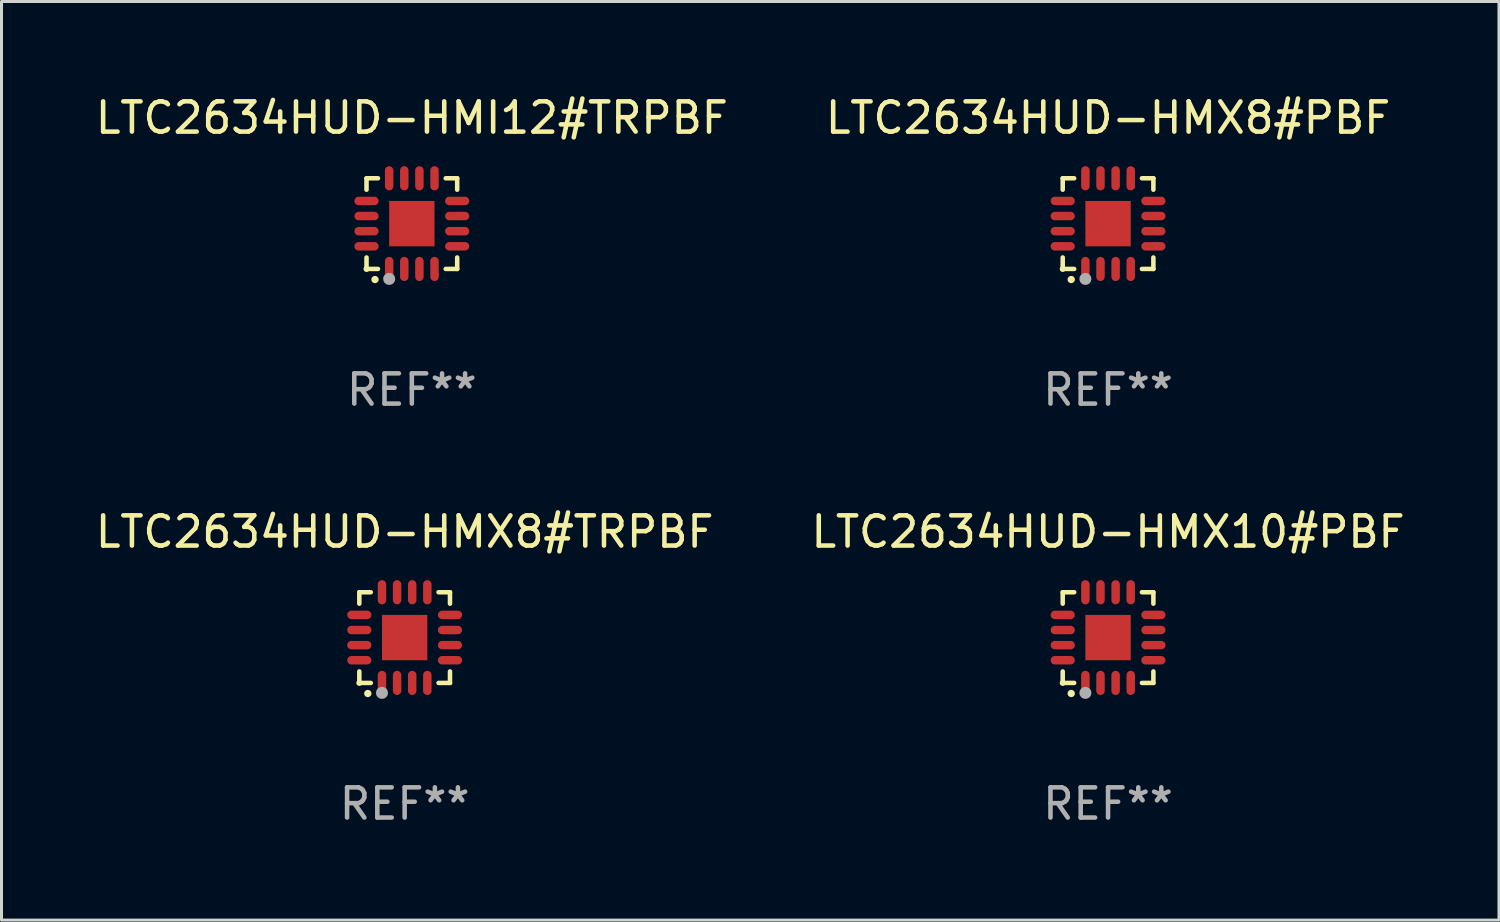
<source format=kicad_pcb>
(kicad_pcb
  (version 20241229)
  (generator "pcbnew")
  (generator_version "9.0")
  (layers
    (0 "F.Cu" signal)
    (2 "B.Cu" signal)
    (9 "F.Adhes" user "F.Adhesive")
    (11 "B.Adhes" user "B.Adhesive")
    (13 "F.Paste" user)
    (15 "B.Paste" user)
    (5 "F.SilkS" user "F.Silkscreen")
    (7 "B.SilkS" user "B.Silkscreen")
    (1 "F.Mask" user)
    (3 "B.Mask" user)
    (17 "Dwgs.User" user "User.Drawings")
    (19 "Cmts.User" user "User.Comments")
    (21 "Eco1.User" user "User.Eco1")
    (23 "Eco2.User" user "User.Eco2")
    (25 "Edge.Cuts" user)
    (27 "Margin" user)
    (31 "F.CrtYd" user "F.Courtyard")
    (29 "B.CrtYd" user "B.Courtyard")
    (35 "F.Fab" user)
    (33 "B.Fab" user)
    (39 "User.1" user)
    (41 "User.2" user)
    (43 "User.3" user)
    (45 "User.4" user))
  (footprint "LTC2634HUD-HMX8#PBF"
    (layer "F.Cu")
    (at 33.613 4.349)
    (property "Reference" "LTC2634HUD-HMX8#PBF" (at 0 -3.5 0) (layer "F.SilkS") (effects (font (size 1 1) (thickness 0.15))))
    (attr through_hole)
    (fp_line (start -1.5 -1.5) (end -1.121 -1.5) (stroke (width 0.15) (type solid)) (layer "F.SilkS"))
    (fp_line (start -1.5 -1.122) (end -1.5 -1.5) (stroke (width 0.15) (type solid)) (layer "F.SilkS"))
    (fp_line (start -1.5 1.5) (end -1.5 1.121) (stroke (width 0.15) (type solid)) (layer "F.SilkS"))
    (fp_line (start -1.121 1.5) (end -1.5 1.5) (stroke (width 0.15) (type solid)) (layer "F.SilkS"))
    (fp_line (start 1.121 -1.5) (end 1.5 -1.5) (stroke (width 0.15) (type solid)) (layer "F.SilkS"))
    (fp_line (start 1.5 -1.5) (end 1.5 -1.122) (stroke (width 0.15) (type solid)) (layer "F.SilkS"))
    (fp_line (start 1.5 1.121) (end 1.5 1.5) (stroke (width 0.15) (type solid)) (layer "F.SilkS"))
    (fp_line (start 1.5 1.5) (end 1.121 1.5) (stroke (width 0.15) (type solid)) (layer "F.SilkS"))
    (fp_arc (start -1.219926 1.850254) (mid -1.21891 1.85025) (end -1.217894 1.850254) (stroke (width 0.240005) (type solid)) (layer "F.SilkS"))
    (fp_circle (center -1.5 1.5) (end -1.45 1.5) (stroke (width 0.1) (type solid)) (fill no) (layer "F.SilkS"))
    (fp_circle (center -0.75 1.83) (end -0.65 1.83) (stroke (width 0.2) (type solid)) (fill no) (layer "F.Fab"))
    (fp_text user "REF**" (at 0 5.5 0) (layer "F.Fab") (effects (font (size 1 1) (thickness 0.15))))
    (pad "1" smd oval (at -0.75 1.5) (size 0.28 0.8) (layers "F.Cu" "F.Mask" "F.Paste"))
    (pad "2" smd oval (at -0.25 1.5) (size 0.28 0.8) (layers "F.Cu" "F.Mask" "F.Paste"))
    (pad "3" smd oval (at 0.25 1.5) (size 0.28 0.8) (layers "F.Cu" "F.Mask" "F.Paste"))
    (pad "4" smd oval (at 0.75 1.5) (size 0.28 0.8) (layers "F.Cu" "F.Mask" "F.Paste"))
    (pad "5" smd oval (at 1.5 0.75) (size 0.8 0.28) (layers "F.Cu" "F.Mask" "F.Paste"))
    (pad "6" smd oval (at 1.5 0.25) (size 0.8 0.28) (layers "F.Cu" "F.Mask" "F.Paste"))
    (pad "7" smd oval (at 1.5 -0.25) (size 0.8 0.28) (layers "F.Cu" "F.Mask" "F.Paste"))
    (pad "8" smd oval (at 1.5 -0.75) (size 0.8 0.28) (layers "F.Cu" "F.Mask" "F.Paste"))
    (pad "9" smd oval (at 0.75 -1.5) (size 0.28 0.8) (layers "F.Cu" "F.Mask" "F.Paste"))
    (pad "10" smd oval (at 0.25 -1.5) (size 0.28 0.8) (layers "F.Cu" "F.Mask" "F.Paste"))
    (pad "11" smd oval (at -0.25 -1.5) (size 0.28 0.8) (layers "F.Cu" "F.Mask" "F.Paste"))
    (pad "12" smd oval (at -0.75 -1.5) (size 0.28 0.8) (layers "F.Cu" "F.Mask" "F.Paste"))
    (pad "13" smd oval (at -1.5 -0.75) (size 0.8 0.28) (layers "F.Cu" "F.Mask" "F.Paste"))
    (pad "14" smd oval (at -1.5 -0.25) (size 0.8 0.28) (layers "F.Cu" "F.Mask" "F.Paste"))
    (pad "15" smd oval (at -1.5 0.25) (size 0.8 0.28) (layers "F.Cu" "F.Mask" "F.Paste"))
    (pad "16" smd oval (at -1.5 0.75) (size 0.8 0.28) (layers "F.Cu" "F.Mask" "F.Paste"))
    (pad "17" smd rect (at -0.000064 0.000165) (size 1.5 1.5) (layers "F.Cu" "F.Mask" "F.Paste")))
  (footprint "LTC2634HUD-HMX10#PBF"
    (layer "F.Cu")
    (at 33.613 18.046)
    (property "Reference" "LTC2634HUD-HMX10#PBF" (at 0 -3.5 0) (layer "F.SilkS") (effects (font (size 1 1) (thickness 0.15))))
    (attr through_hole)
    (fp_line (start -1.5 -1.5) (end -1.121 -1.5) (stroke (width 0.15) (type solid)) (layer "F.SilkS"))
    (fp_line (start -1.5 -1.122) (end -1.5 -1.5) (stroke (width 0.15) (type solid)) (layer "F.SilkS"))
    (fp_line (start -1.5 1.5) (end -1.5 1.121) (stroke (width 0.15) (type solid)) (layer "F.SilkS"))
    (fp_line (start -1.121 1.5) (end -1.5 1.5) (stroke (width 0.15) (type solid)) (layer "F.SilkS"))
    (fp_line (start 1.121 -1.5) (end 1.5 -1.5) (stroke (width 0.15) (type solid)) (layer "F.SilkS"))
    (fp_line (start 1.5 -1.5) (end 1.5 -1.122) (stroke (width 0.15) (type solid)) (layer "F.SilkS"))
    (fp_line (start 1.5 1.121) (end 1.5 1.5) (stroke (width 0.15) (type solid)) (layer "F.SilkS"))
    (fp_line (start 1.5 1.5) (end 1.121 1.5) (stroke (width 0.15) (type solid)) (layer "F.SilkS"))
    (fp_arc (start -1.219926 1.850254) (mid -1.21891 1.85025) (end -1.217894 1.850254) (stroke (width 0.240005) (type solid)) (layer "F.SilkS"))
    (fp_circle (center -1.5 1.5) (end -1.45 1.5) (stroke (width 0.1) (type solid)) (fill no) (layer "F.SilkS"))
    (fp_circle (center -0.75 1.83) (end -0.65 1.83) (stroke (width 0.2) (type solid)) (fill no) (layer "F.Fab"))
    (fp_text user "REF**" (at 0 5.5 0) (layer "F.Fab") (effects (font (size 1 1) (thickness 0.15))))
    (pad "1" smd oval (at -0.75 1.5) (size 0.28 0.8) (layers "F.Cu" "F.Mask" "F.Paste"))
    (pad "2" smd oval (at -0.25 1.5) (size 0.28 0.8) (layers "F.Cu" "F.Mask" "F.Paste"))
    (pad "3" smd oval (at 0.25 1.5) (size 0.28 0.8) (layers "F.Cu" "F.Mask" "F.Paste"))
    (pad "4" smd oval (at 0.75 1.5) (size 0.28 0.8) (layers "F.Cu" "F.Mask" "F.Paste"))
    (pad "5" smd oval (at 1.5 0.75) (size 0.8 0.28) (layers "F.Cu" "F.Mask" "F.Paste"))
    (pad "6" smd oval (at 1.5 0.25) (size 0.8 0.28) (layers "F.Cu" "F.Mask" "F.Paste"))
    (pad "7" smd oval (at 1.5 -0.25) (size 0.8 0.28) (layers "F.Cu" "F.Mask" "F.Paste"))
    (pad "8" smd oval (at 1.5 -0.75) (size 0.8 0.28) (layers "F.Cu" "F.Mask" "F.Paste"))
    (pad "9" smd oval (at 0.75 -1.5) (size 0.28 0.8) (layers "F.Cu" "F.Mask" "F.Paste"))
    (pad "10" smd oval (at 0.25 -1.5) (size 0.28 0.8) (layers "F.Cu" "F.Mask" "F.Paste"))
    (pad "11" smd oval (at -0.25 -1.5) (size 0.28 0.8) (layers "F.Cu" "F.Mask" "F.Paste"))
    (pad "12" smd oval (at -0.75 -1.5) (size 0.28 0.8) (layers "F.Cu" "F.Mask" "F.Paste"))
    (pad "13" smd oval (at -1.5 -0.75) (size 0.8 0.28) (layers "F.Cu" "F.Mask" "F.Paste"))
    (pad "14" smd oval (at -1.5 -0.25) (size 0.8 0.28) (layers "F.Cu" "F.Mask" "F.Paste"))
    (pad "15" smd oval (at -1.5 0.25) (size 0.8 0.28) (layers "F.Cu" "F.Mask" "F.Paste"))
    (pad "16" smd oval (at -1.5 0.75) (size 0.8 0.28) (layers "F.Cu" "F.Mask" "F.Paste"))
    (pad "17" smd rect (at -0.000064 0.000165) (size 1.5 1.5) (layers "F.Cu" "F.Mask" "F.Paste")))
  (footprint "LTC2634HUD-HMX8#TRPBF"
    (layer "F.Cu")
    (at 10.339 18.046)
    (property "Reference" "LTC2634HUD-HMX8#TRPBF" (at 0 -3.5 0) (layer "F.SilkS") (effects (font (size 1 1) (thickness 0.15))))
    (attr through_hole)
    (fp_line (start -1.5 -1.5) (end -1.121 -1.5) (stroke (width 0.15) (type solid)) (layer "F.SilkS"))
    (fp_line (start -1.5 -1.122) (end -1.5 -1.5) (stroke (width 0.15) (type solid)) (layer "F.SilkS"))
    (fp_line (start -1.5 1.5) (end -1.5 1.121) (stroke (width 0.15) (type solid)) (layer "F.SilkS"))
    (fp_line (start -1.121 1.5) (end -1.5 1.5) (stroke (width 0.15) (type solid)) (layer "F.SilkS"))
    (fp_line (start 1.121 -1.5) (end 1.5 -1.5) (stroke (width 0.15) (type solid)) (layer "F.SilkS"))
    (fp_line (start 1.5 -1.5) (end 1.5 -1.122) (stroke (width 0.15) (type solid)) (layer "F.SilkS"))
    (fp_line (start 1.5 1.121) (end 1.5 1.5) (stroke (width 0.15) (type solid)) (layer "F.SilkS"))
    (fp_line (start 1.5 1.5) (end 1.121 1.5) (stroke (width 0.15) (type solid)) (layer "F.SilkS"))
    (fp_arc (start -1.219926 1.850254) (mid -1.21891 1.85025) (end -1.217894 1.850254) (stroke (width 0.240005) (type solid)) (layer "F.SilkS"))
    (fp_circle (center -1.5 1.5) (end -1.45 1.5) (stroke (width 0.1) (type solid)) (fill no) (layer "F.SilkS"))
    (fp_circle (center -0.75 1.83) (end -0.65 1.83) (stroke (width 0.2) (type solid)) (fill no) (layer "F.Fab"))
    (fp_text user "REF**" (at 0 5.5 0) (layer "F.Fab") (effects (font (size 1 1) (thickness 0.15))))
    (pad "1" smd oval (at -0.75 1.5) (size 0.28 0.8) (layers "F.Cu" "F.Mask" "F.Paste"))
    (pad "2" smd oval (at -0.25 1.5) (size 0.28 0.8) (layers "F.Cu" "F.Mask" "F.Paste"))
    (pad "3" smd oval (at 0.25 1.5) (size 0.28 0.8) (layers "F.Cu" "F.Mask" "F.Paste"))
    (pad "4" smd oval (at 0.75 1.5) (size 0.28 0.8) (layers "F.Cu" "F.Mask" "F.Paste"))
    (pad "5" smd oval (at 1.5 0.75) (size 0.8 0.28) (layers "F.Cu" "F.Mask" "F.Paste"))
    (pad "6" smd oval (at 1.5 0.25) (size 0.8 0.28) (layers "F.Cu" "F.Mask" "F.Paste"))
    (pad "7" smd oval (at 1.5 -0.25) (size 0.8 0.28) (layers "F.Cu" "F.Mask" "F.Paste"))
    (pad "8" smd oval (at 1.5 -0.75) (size 0.8 0.28) (layers "F.Cu" "F.Mask" "F.Paste"))
    (pad "9" smd oval (at 0.75 -1.5) (size 0.28 0.8) (layers "F.Cu" "F.Mask" "F.Paste"))
    (pad "10" smd oval (at 0.25 -1.5) (size 0.28 0.8) (layers "F.Cu" "F.Mask" "F.Paste"))
    (pad "11" smd oval (at -0.25 -1.5) (size 0.28 0.8) (layers "F.Cu" "F.Mask" "F.Paste"))
    (pad "12" smd oval (at -0.75 -1.5) (size 0.28 0.8) (layers "F.Cu" "F.Mask" "F.Paste"))
    (pad "13" smd oval (at -1.5 -0.75) (size 0.8 0.28) (layers "F.Cu" "F.Mask" "F.Paste"))
    (pad "14" smd oval (at -1.5 -0.25) (size 0.8 0.28) (layers "F.Cu" "F.Mask" "F.Paste"))
    (pad "15" smd oval (at -1.5 0.25) (size 0.8 0.28) (layers "F.Cu" "F.Mask" "F.Paste"))
    (pad "16" smd oval (at -1.5 0.75) (size 0.8 0.28) (layers "F.Cu" "F.Mask" "F.Paste"))
    (pad "17" smd rect (at -0.000064 0.000165) (size 1.5 1.5) (layers "F.Cu" "F.Mask" "F.Paste")))
  (footprint "LTC2634HUD-HMI12#TRPBF"
    (layer "F.Cu")
    (at 10.577 4.349)
    (property "Reference" "LTC2634HUD-HMI12#TRPBF" (at 0 -3.5 0) (layer "F.SilkS") (effects (font (size 1 1) (thickness 0.15))))
    (attr through_hole)
    (fp_line (start -1.5 -1.5) (end -1.121 -1.5) (stroke (width 0.15) (type solid)) (layer "F.SilkS"))
    (fp_line (start -1.5 -1.122) (end -1.5 -1.5) (stroke (width 0.15) (type solid)) (layer "F.SilkS"))
    (fp_line (start -1.5 1.5) (end -1.5 1.121) (stroke (width 0.15) (type solid)) (layer "F.SilkS"))
    (fp_line (start -1.121 1.5) (end -1.5 1.5) (stroke (width 0.15) (type solid)) (layer "F.SilkS"))
    (fp_line (start 1.121 -1.5) (end 1.5 -1.5) (stroke (width 0.15) (type solid)) (layer "F.SilkS"))
    (fp_line (start 1.5 -1.5) (end 1.5 -1.122) (stroke (width 0.15) (type solid)) (layer "F.SilkS"))
    (fp_line (start 1.5 1.121) (end 1.5 1.5) (stroke (width 0.15) (type solid)) (layer "F.SilkS"))
    (fp_line (start 1.5 1.5) (end 1.121 1.5) (stroke (width 0.15) (type solid)) (layer "F.SilkS"))
    (fp_arc (start -1.219926 1.850254) (mid -1.21891 1.85025) (end -1.217894 1.850254) (stroke (width 0.240005) (type solid)) (layer "F.SilkS"))
    (fp_circle (center -1.5 1.5) (end -1.45 1.5) (stroke (width 0.1) (type solid)) (fill no) (layer "F.SilkS"))
    (fp_circle (center -0.75 1.83) (end -0.65 1.83) (stroke (width 0.2) (type solid)) (fill no) (layer "F.Fab"))
    (fp_text user "REF**" (at 0 5.5 0) (layer "F.Fab") (effects (font (size 1 1) (thickness 0.15))))
    (pad "1" smd oval (at -0.75 1.5) (size 0.28 0.8) (layers "F.Cu" "F.Mask" "F.Paste"))
    (pad "2" smd oval (at -0.25 1.5) (size 0.28 0.8) (layers "F.Cu" "F.Mask" "F.Paste"))
    (pad "3" smd oval (at 0.25 1.5) (size 0.28 0.8) (layers "F.Cu" "F.Mask" "F.Paste"))
    (pad "4" smd oval (at 0.75 1.5) (size 0.28 0.8) (layers "F.Cu" "F.Mask" "F.Paste"))
    (pad "5" smd oval (at 1.5 0.75) (size 0.8 0.28) (layers "F.Cu" "F.Mask" "F.Paste"))
    (pad "6" smd oval (at 1.5 0.25) (size 0.8 0.28) (layers "F.Cu" "F.Mask" "F.Paste"))
    (pad "7" smd oval (at 1.5 -0.25) (size 0.8 0.28) (layers "F.Cu" "F.Mask" "F.Paste"))
    (pad "8" smd oval (at 1.5 -0.75) (size 0.8 0.28) (layers "F.Cu" "F.Mask" "F.Paste"))
    (pad "9" smd oval (at 0.75 -1.5) (size 0.28 0.8) (layers "F.Cu" "F.Mask" "F.Paste"))
    (pad "10" smd oval (at 0.25 -1.5) (size 0.28 0.8) (layers "F.Cu" "F.Mask" "F.Paste"))
    (pad "11" smd oval (at -0.25 -1.5) (size 0.28 0.8) (layers "F.Cu" "F.Mask" "F.Paste"))
    (pad "12" smd oval (at -0.75 -1.5) (size 0.28 0.8) (layers "F.Cu" "F.Mask" "F.Paste"))
    (pad "13" smd oval (at -1.5 -0.75) (size 0.8 0.28) (layers "F.Cu" "F.Mask" "F.Paste"))
    (pad "14" smd oval (at -1.5 -0.25) (size 0.8 0.28) (layers "F.Cu" "F.Mask" "F.Paste"))
    (pad "15" smd oval (at -1.5 0.25) (size 0.8 0.28) (layers "F.Cu" "F.Mask" "F.Paste"))
    (pad "16" smd oval (at -1.5 0.75) (size 0.8 0.28) (layers "F.Cu" "F.Mask" "F.Paste"))
    (pad "17" smd rect (at -0.000064 0.000165) (size 1.5 1.5) (layers "F.Cu" "F.Mask" "F.Paste")))
  (gr_rect
    (start -3 -3)
    (end 46.548 27.394)
    (stroke (width 0.1) (type default))
    (fill no)
    (layer "Edge.Cuts")))
</source>
